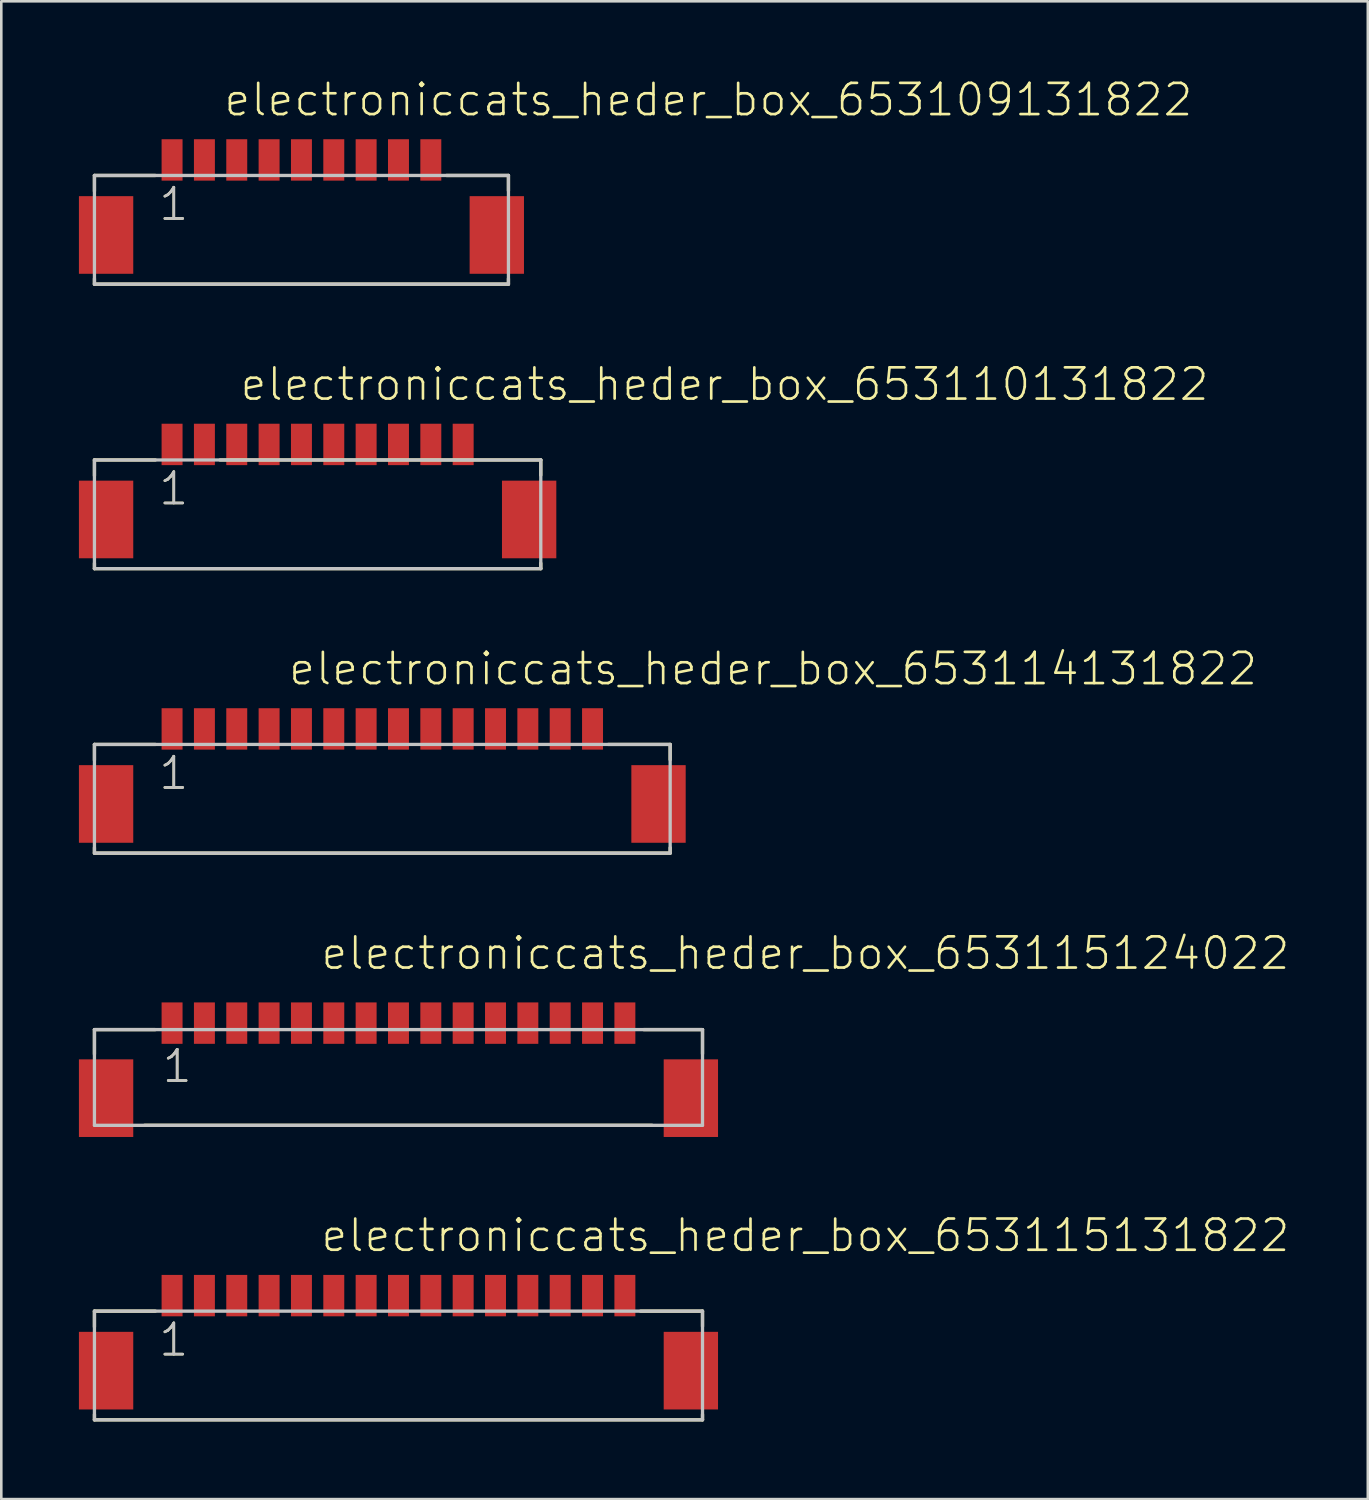
<source format=kicad_pcb>
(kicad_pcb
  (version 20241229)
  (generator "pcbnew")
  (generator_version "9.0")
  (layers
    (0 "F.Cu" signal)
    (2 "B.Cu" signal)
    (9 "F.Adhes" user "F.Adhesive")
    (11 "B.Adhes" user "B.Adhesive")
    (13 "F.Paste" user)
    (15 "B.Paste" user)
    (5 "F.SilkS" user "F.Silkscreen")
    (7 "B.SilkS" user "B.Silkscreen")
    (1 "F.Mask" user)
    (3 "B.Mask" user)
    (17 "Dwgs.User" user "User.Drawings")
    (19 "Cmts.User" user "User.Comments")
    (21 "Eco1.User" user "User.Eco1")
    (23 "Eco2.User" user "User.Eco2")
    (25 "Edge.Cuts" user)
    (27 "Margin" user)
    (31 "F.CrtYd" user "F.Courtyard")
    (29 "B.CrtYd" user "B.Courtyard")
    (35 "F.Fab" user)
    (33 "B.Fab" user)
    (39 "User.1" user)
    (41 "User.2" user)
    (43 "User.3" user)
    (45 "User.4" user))
  (footprint "electroniccats_heder_box_653114131822"
    (layer "F.Cu")
    (at 11.725 25.121)
    (property "Reference" "electroniccats_heder_box_653114131822" (at -3.685 -1.62 0) (layer "F.SilkS") (effects (font (size 1.206 1.206) (thickness 0.102)) (justify left bottom)))
    (attr through_hole)
    (fp_line (start -11.125 0.6) (end -11.125 1.21) (stroke (width 0.127) (type solid)) (layer "F.SilkS"))
    (fp_line (start -11.125 4.59) (end -11.125 4.8) (stroke (width 0.127) (type solid)) (layer "F.SilkS"))
    (fp_line (start -11.125 4.8) (end 11.125 4.8) (stroke (width 0.127) (type solid)) (layer "F.SilkS"))
    (fp_line (start -8.77 0.6) (end -11.125 0.6) (stroke (width 0.127) (type solid)) (layer "F.SilkS"))
    (fp_line (start 8.73 0.6) (end 11.125 0.6) (stroke (width 0.127) (type solid)) (layer "F.SilkS"))
    (fp_line (start 11.125 0.6) (end 11.125 1.19) (stroke (width 0.127) (type solid)) (layer "F.SilkS"))
    (fp_line (start 11.125 4.8) (end 11.125 4.59) (stroke (width 0.127) (type solid)) (layer "F.SilkS"))
    (fp_line (start -11.125 0.6) (end 11.125 0.6) (stroke (width 0.127) (type solid)) (layer "Dwgs.User"))
    (fp_line (start -11.125 4.8) (end -11.125 0.6) (stroke (width 0.127) (type solid)) (layer "Dwgs.User"))
    (fp_line (start 11.125 0.6) (end 11.125 4.8) (stroke (width 0.127) (type solid)) (layer "Dwgs.User"))
    (fp_line (start 11.125 4.8) (end -11.125 4.8) (stroke (width 0.127) (type solid)) (layer "Dwgs.User"))
    (fp_text user "1" (at -8.7 2.415 0) (layer "F.SilkS") (effects (font (size 1.206 1.206) (thickness 0.102)) (justify left bottom)))
    (fp_text user "1" (at -8.7 2.415 0) (layer "Dwgs.User") (effects (font (size 1.206 1.206) (thickness 0.102)) (justify left bottom)))
    (pad "1" smd rect (at -8.125 0) (size 0.81 1.6) (layers "F.Cu" "F.Mask" "F.Paste"))
    (pad "2" smd rect (at -6.875 0) (size 0.81 1.6) (layers "F.Cu" "F.Mask" "F.Paste"))
    (pad "3" smd rect (at -5.625 0) (size 0.81 1.6) (layers "F.Cu" "F.Mask" "F.Paste"))
    (pad "4" smd rect (at -4.375 0) (size 0.81 1.6) (layers "F.Cu" "F.Mask" "F.Paste"))
    (pad "5" smd rect (at -3.125 0) (size 0.81 1.6) (layers "F.Cu" "F.Mask" "F.Paste"))
    (pad "6" smd rect (at -1.875 0) (size 0.81 1.6) (layers "F.Cu" "F.Mask" "F.Paste"))
    (pad "7" smd rect (at -0.625 0) (size 0.81 1.6) (layers "F.Cu" "F.Mask" "F.Paste"))
    (pad "8" smd rect (at 0.625 0) (size 0.81 1.6) (layers "F.Cu" "F.Mask" "F.Paste"))
    (pad "9" smd rect (at 1.875 0) (size 0.81 1.6) (layers "F.Cu" "F.Mask" "F.Paste"))
    (pad "10" smd rect (at 3.125 0) (size 0.81 1.6) (layers "F.Cu" "F.Mask" "F.Paste"))
    (pad "11" smd rect (at 4.375 0) (size 0.81 1.6) (layers "F.Cu" "F.Mask" "F.Paste"))
    (pad "12" smd rect (at 5.625 0) (size 0.81 1.6) (layers "F.Cu" "F.Mask" "F.Paste"))
    (pad "13" smd rect (at 6.875 0) (size 0.81 1.6) (layers "F.Cu" "F.Mask" "F.Paste"))
    (pad "14" smd rect (at 8.125 0) (size 0.81 1.6) (layers "F.Cu" "F.Mask" "F.Paste"))
    (pad "Z1" smd rect (at -10.675 2.9) (size 2.1 3) (layers "F.Cu" "F.Mask" "F.Paste"))
    (pad "Z2" smd rect (at 10.675 2.9) (size 2.1 3) (layers "F.Cu" "F.Mask" "F.Paste")))
  (footprint "electroniccats_heder_box_653115124022"
    (layer "F.Cu")
    (at 12.35 36.491)
    (property "Reference" "electroniccats_heder_box_653115124022" (at -3.06 -1.995 0) (layer "F.SilkS") (effects (font (size 1.206 1.206) (thickness 0.102)) (justify left bottom)))
    (attr through_hole)
    (fp_line (start -11.75 0.25) (end -11.75 1.2) (stroke (width 0.127) (type solid)) (layer "F.SilkS"))
    (fp_line (start -9.815 3.95) (end 9.805 3.95) (stroke (width 0.127) (type solid)) (layer "F.SilkS"))
    (fp_line (start -9.395 0.25) (end -11.75 0.25) (stroke (width 0.127) (type solid)) (layer "F.SilkS"))
    (fp_line (start 9.475 0.25) (end 11.75 0.25) (stroke (width 0.127) (type solid)) (layer "F.SilkS"))
    (fp_line (start 11.75 0.25) (end 11.75 1.19) (stroke (width 0.127) (type solid)) (layer "F.SilkS"))
    (fp_line (start -11.75 0.25) (end 11.75 0.25) (stroke (width 0.127) (type solid)) (layer "Dwgs.User"))
    (fp_line (start -11.75 3.95) (end -11.75 0.25) (stroke (width 0.127) (type solid)) (layer "Dwgs.User"))
    (fp_line (start 11.75 0.25) (end 11.75 3.95) (stroke (width 0.127) (type solid)) (layer "Dwgs.User"))
    (fp_line (start 11.75 3.95) (end -11.75 3.95) (stroke (width 0.127) (type solid)) (layer "Dwgs.User"))
    (fp_text user "1" (at -9.195 2.37 0) (layer "F.SilkS") (effects (font (size 1.206 1.206) (thickness 0.102)) (justify left bottom)))
    (fp_text user "1" (at -9.195 2.37 0) (layer "Dwgs.User") (effects (font (size 1.206 1.206) (thickness 0.102)) (justify left bottom)))
    (pad "1" smd rect (at -8.75 0) (size 0.81 1.6) (layers "F.Cu" "F.Mask" "F.Paste"))
    (pad "2" smd rect (at -7.5 0) (size 0.81 1.6) (layers "F.Cu" "F.Mask" "F.Paste"))
    (pad "3" smd rect (at -6.25 0) (size 0.81 1.6) (layers "F.Cu" "F.Mask" "F.Paste"))
    (pad "4" smd rect (at -5 0) (size 0.81 1.6) (layers "F.Cu" "F.Mask" "F.Paste"))
    (pad "5" smd rect (at -3.75 0) (size 0.81 1.6) (layers "F.Cu" "F.Mask" "F.Paste"))
    (pad "6" smd rect (at -2.5 0) (size 0.81 1.6) (layers "F.Cu" "F.Mask" "F.Paste"))
    (pad "7" smd rect (at -1.25 0) (size 0.81 1.6) (layers "F.Cu" "F.Mask" "F.Paste"))
    (pad "8" smd rect (at 0 0) (size 0.81 1.6) (layers "F.Cu" "F.Mask" "F.Paste"))
    (pad "9" smd rect (at 1.25 0) (size 0.81 1.6) (layers "F.Cu" "F.Mask" "F.Paste"))
    (pad "10" smd rect (at 2.5 0) (size 0.81 1.6) (layers "F.Cu" "F.Mask" "F.Paste"))
    (pad "11" smd rect (at 3.75 0) (size 0.81 1.6) (layers "F.Cu" "F.Mask" "F.Paste"))
    (pad "12" smd rect (at 5 0) (size 0.81 1.6) (layers "F.Cu" "F.Mask" "F.Paste"))
    (pad "13" smd rect (at 6.25 0) (size 0.81 1.6) (layers "F.Cu" "F.Mask" "F.Paste"))
    (pad "14" smd rect (at 7.5 0) (size 0.81 1.6) (layers "F.Cu" "F.Mask" "F.Paste"))
    (pad "15" smd rect (at 8.75 0) (size 0.81 1.6) (layers "F.Cu" "F.Mask" "F.Paste"))
    (pad "Z1" smd rect (at -11.3 2.9) (size 2.1 3) (layers "F.Cu" "F.Mask" "F.Paste"))
    (pad "Z2" smd rect (at 11.3 2.9) (size 2.1 3) (layers "F.Cu" "F.Mask" "F.Paste")))
  (footprint "electroniccats_heder_box_653109131822"
    (layer "F.Cu")
    (at 8.6 3.131)
    (property "Reference" "electroniccats_heder_box_653109131822" (at -3.06 -1.62 0) (layer "F.SilkS") (effects (font (size 1.206 1.206) (thickness 0.102)) (justify left bottom)))
    (attr through_hole)
    (fp_line (start -8 0.6) (end -8 1.21) (stroke (width 0.127) (type solid)) (layer "F.SilkS"))
    (fp_line (start -8 4.59) (end -8 4.8) (stroke (width 0.127) (type solid)) (layer "F.SilkS"))
    (fp_line (start -8 4.8) (end 8 4.8) (stroke (width 0.127) (type solid)) (layer "F.SilkS"))
    (fp_line (start -5.645 0.6) (end -8 0.6) (stroke (width 0.127) (type solid)) (layer "F.SilkS"))
    (fp_line (start 5.605 0.6) (end 8 0.6) (stroke (width 0.127) (type solid)) (layer "F.SilkS"))
    (fp_line (start 8 0.6) (end 8 1.19) (stroke (width 0.127) (type solid)) (layer "F.SilkS"))
    (fp_line (start 8 4.8) (end 8 4.59) (stroke (width 0.127) (type solid)) (layer "F.SilkS"))
    (fp_line (start -8 0.6) (end 8 0.6) (stroke (width 0.127) (type solid)) (layer "Dwgs.User"))
    (fp_line (start -8 4.8) (end -8 0.6) (stroke (width 0.127) (type solid)) (layer "Dwgs.User"))
    (fp_line (start 8 0.6) (end 8 4.8) (stroke (width 0.127) (type solid)) (layer "Dwgs.User"))
    (fp_line (start 8 4.8) (end -8 4.8) (stroke (width 0.127) (type solid)) (layer "Dwgs.User"))
    (fp_text user "1" (at -5.575 2.415 0) (layer "F.SilkS") (effects (font (size 1.206 1.206) (thickness 0.102)) (justify left bottom)))
    (fp_text user "1" (at -5.575 2.415 0) (layer "Dwgs.User") (effects (font (size 1.206 1.206) (thickness 0.102)) (justify left bottom)))
    (pad "1" smd rect (at -5 0) (size 0.81 1.6) (layers "F.Cu" "F.Mask" "F.Paste"))
    (pad "2" smd rect (at -3.75 0) (size 0.81 1.6) (layers "F.Cu" "F.Mask" "F.Paste"))
    (pad "3" smd rect (at -2.5 0) (size 0.81 1.6) (layers "F.Cu" "F.Mask" "F.Paste"))
    (pad "4" smd rect (at -1.25 0) (size 0.81 1.6) (layers "F.Cu" "F.Mask" "F.Paste"))
    (pad "5" smd rect (at 0 0) (size 0.81 1.6) (layers "F.Cu" "F.Mask" "F.Paste"))
    (pad "6" smd rect (at 1.25 0) (size 0.81 1.6) (layers "F.Cu" "F.Mask" "F.Paste"))
    (pad "7" smd rect (at 2.5 0) (size 0.81 1.6) (layers "F.Cu" "F.Mask" "F.Paste"))
    (pad "8" smd rect (at 3.75 0) (size 0.81 1.6) (layers "F.Cu" "F.Mask" "F.Paste"))
    (pad "9" smd rect (at 5 0) (size 0.81 1.6) (layers "F.Cu" "F.Mask" "F.Paste"))
    (pad "Z1" smd rect (at -7.55 2.9) (size 2.1 3) (layers "F.Cu" "F.Mask" "F.Paste"))
    (pad "Z2" smd rect (at 7.55 2.9) (size 2.1 3) (layers "F.Cu" "F.Mask" "F.Paste")))
  (footprint "electroniccats_heder_box_653110131822"
    (layer "F.Cu")
    (at 9.225 14.126)
    (property "Reference" "electroniccats_heder_box_653110131822" (at -3.06 -1.62 0) (layer "F.SilkS") (effects (font (size 1.206 1.206) (thickness 0.102)) (justify left bottom)))
    (attr through_hole)
    (fp_line (start -8.625 0.6) (end -8.625 1.21) (stroke (width 0.127) (type solid)) (layer "F.SilkS"))
    (fp_line (start -8.625 4.59) (end -8.625 4.8) (stroke (width 0.127) (type solid)) (layer "F.SilkS"))
    (fp_line (start -8.625 4.8) (end 8.625 4.8) (stroke (width 0.127) (type solid)) (layer "F.SilkS"))
    (fp_line (start -6.27 0.6) (end -8.625 0.6) (stroke (width 0.127) (type solid)) (layer "F.SilkS"))
    (fp_line (start -3.77 0.6) (end 8.625 0.6) (stroke (width 0.127) (type solid)) (layer "F.SilkS"))
    (fp_line (start 8.625 0.6) (end 8.625 1.19) (stroke (width 0.127) (type solid)) (layer "F.SilkS"))
    (fp_line (start 8.625 4.8) (end 8.625 4.59) (stroke (width 0.127) (type solid)) (layer "F.SilkS"))
    (fp_line (start -8.625 0.6) (end 8.625 0.6) (stroke (width 0.127) (type solid)) (layer "Dwgs.User"))
    (fp_line (start -8.625 4.8) (end -8.625 0.6) (stroke (width 0.127) (type solid)) (layer "Dwgs.User"))
    (fp_line (start 8.625 0.6) (end 8.625 4.8) (stroke (width 0.127) (type solid)) (layer "Dwgs.User"))
    (fp_line (start 8.625 4.8) (end -8.625 4.8) (stroke (width 0.127) (type solid)) (layer "Dwgs.User"))
    (fp_text user "1" (at -6.2 2.415 0) (layer "F.SilkS") (effects (font (size 1.206 1.206) (thickness 0.102)) (justify left bottom)))
    (fp_text user "1" (at -6.2 2.415 0) (layer "Dwgs.User") (effects (font (size 1.206 1.206) (thickness 0.102)) (justify left bottom)))
    (pad "1" smd rect (at -5.625 0) (size 0.81 1.6) (layers "F.Cu" "F.Mask" "F.Paste"))
    (pad "2" smd rect (at -4.375 0) (size 0.81 1.6) (layers "F.Cu" "F.Mask" "F.Paste"))
    (pad "3" smd rect (at -3.125 0) (size 0.81 1.6) (layers "F.Cu" "F.Mask" "F.Paste"))
    (pad "4" smd rect (at -1.875 0) (size 0.81 1.6) (layers "F.Cu" "F.Mask" "F.Paste"))
    (pad "5" smd rect (at -0.625 0) (size 0.81 1.6) (layers "F.Cu" "F.Mask" "F.Paste"))
    (pad "6" smd rect (at 0.625 0) (size 0.81 1.6) (layers "F.Cu" "F.Mask" "F.Paste"))
    (pad "7" smd rect (at 1.875 0) (size 0.81 1.6) (layers "F.Cu" "F.Mask" "F.Paste"))
    (pad "8" smd rect (at 3.125 0) (size 0.81 1.6) (layers "F.Cu" "F.Mask" "F.Paste"))
    (pad "9" smd rect (at 4.375 0) (size 0.81 1.6) (layers "F.Cu" "F.Mask" "F.Paste"))
    (pad "10" smd rect (at 5.625 0) (size 0.81 1.6) (layers "F.Cu" "F.Mask" "F.Paste"))
    (pad "Z1" smd rect (at -8.175 2.9) (size 2.1 3) (layers "F.Cu" "F.Mask" "F.Paste"))
    (pad "Z2" smd rect (at 8.175 2.9) (size 2.1 3) (layers "F.Cu" "F.Mask" "F.Paste")))
  (footprint "electroniccats_heder_box_653115131822"
    (layer "F.Cu")
    (at 12.35 47.022)
    (property "Reference" "electroniccats_heder_box_653115131822" (at -3.06 -1.62 0) (layer "F.SilkS") (effects (font (size 1.206 1.206) (thickness 0.102)) (justify left bottom)))
    (attr through_hole)
    (fp_line (start -11.75 0.6) (end -11.75 1.21) (stroke (width 0.127) (type solid)) (layer "F.SilkS"))
    (fp_line (start -11.75 4.59) (end -11.75 4.8) (stroke (width 0.127) (type solid)) (layer "F.SilkS"))
    (fp_line (start -11.75 4.8) (end 11.75 4.8) (stroke (width 0.127) (type solid)) (layer "F.SilkS"))
    (fp_line (start -9.395 0.6) (end -11.75 0.6) (stroke (width 0.127) (type solid)) (layer "F.SilkS"))
    (fp_line (start 9.355 0.6) (end 11.75 0.6) (stroke (width 0.127) (type solid)) (layer "F.SilkS"))
    (fp_line (start 11.75 0.6) (end 11.75 1.19) (stroke (width 0.127) (type solid)) (layer "F.SilkS"))
    (fp_line (start 11.75 4.8) (end 11.75 4.59) (stroke (width 0.127) (type solid)) (layer "F.SilkS"))
    (fp_line (start -11.75 0.6) (end 11.75 0.6) (stroke (width 0.127) (type solid)) (layer "Dwgs.User"))
    (fp_line (start -11.75 4.8) (end -11.75 0.6) (stroke (width 0.127) (type solid)) (layer "Dwgs.User"))
    (fp_line (start 11.75 0.6) (end 11.75 4.8) (stroke (width 0.127) (type solid)) (layer "Dwgs.User"))
    (fp_line (start 11.75 4.8) (end -11.75 4.8) (stroke (width 0.127) (type solid)) (layer "Dwgs.User"))
    (fp_text user "1" (at -9.325 2.415 0) (layer "F.SilkS") (effects (font (size 1.206 1.206) (thickness 0.102)) (justify left bottom)))
    (fp_text user "1" (at -9.325 2.415 0) (layer "Dwgs.User") (effects (font (size 1.206 1.206) (thickness 0.102)) (justify left bottom)))
    (pad "1" smd rect (at -8.75 0) (size 0.81 1.6) (layers "F.Cu" "F.Mask" "F.Paste"))
    (pad "2" smd rect (at -7.5 0) (size 0.81 1.6) (layers "F.Cu" "F.Mask" "F.Paste"))
    (pad "3" smd rect (at -6.25 0) (size 0.81 1.6) (layers "F.Cu" "F.Mask" "F.Paste"))
    (pad "4" smd rect (at -5 0) (size 0.81 1.6) (layers "F.Cu" "F.Mask" "F.Paste"))
    (pad "5" smd rect (at -3.75 0) (size 0.81 1.6) (layers "F.Cu" "F.Mask" "F.Paste"))
    (pad "6" smd rect (at -2.5 0) (size 0.81 1.6) (layers "F.Cu" "F.Mask" "F.Paste"))
    (pad "7" smd rect (at -1.25 0) (size 0.81 1.6) (layers "F.Cu" "F.Mask" "F.Paste"))
    (pad "8" smd rect (at 0 0) (size 0.81 1.6) (layers "F.Cu" "F.Mask" "F.Paste"))
    (pad "9" smd rect (at 1.25 0) (size 0.81 1.6) (layers "F.Cu" "F.Mask" "F.Paste"))
    (pad "10" smd rect (at 2.5 0) (size 0.81 1.6) (layers "F.Cu" "F.Mask" "F.Paste"))
    (pad "11" smd rect (at 3.75 0) (size 0.81 1.6) (layers "F.Cu" "F.Mask" "F.Paste"))
    (pad "12" smd rect (at 5 0) (size 0.81 1.6) (layers "F.Cu" "F.Mask" "F.Paste"))
    (pad "13" smd rect (at 6.25 0) (size 0.81 1.6) (layers "F.Cu" "F.Mask" "F.Paste"))
    (pad "14" smd rect (at 7.5 0) (size 0.81 1.6) (layers "F.Cu" "F.Mask" "F.Paste"))
    (pad "15" smd rect (at 8.75 0) (size 0.81 1.6) (layers "F.Cu" "F.Mask" "F.Paste"))
    (pad "Z1" smd rect (at -11.3 2.9) (size 2.1 3) (layers "F.Cu" "F.Mask" "F.Paste"))
    (pad "Z2" smd rect (at 11.3 2.9) (size 2.1 3) (layers "F.Cu" "F.Mask" "F.Paste")))
  (gr_rect
    (start -3 -3)
    (end 49.812 54.886)
    (stroke (width 0.1) (type default))
    (fill no)
    (layer "Edge.Cuts")))
</source>
